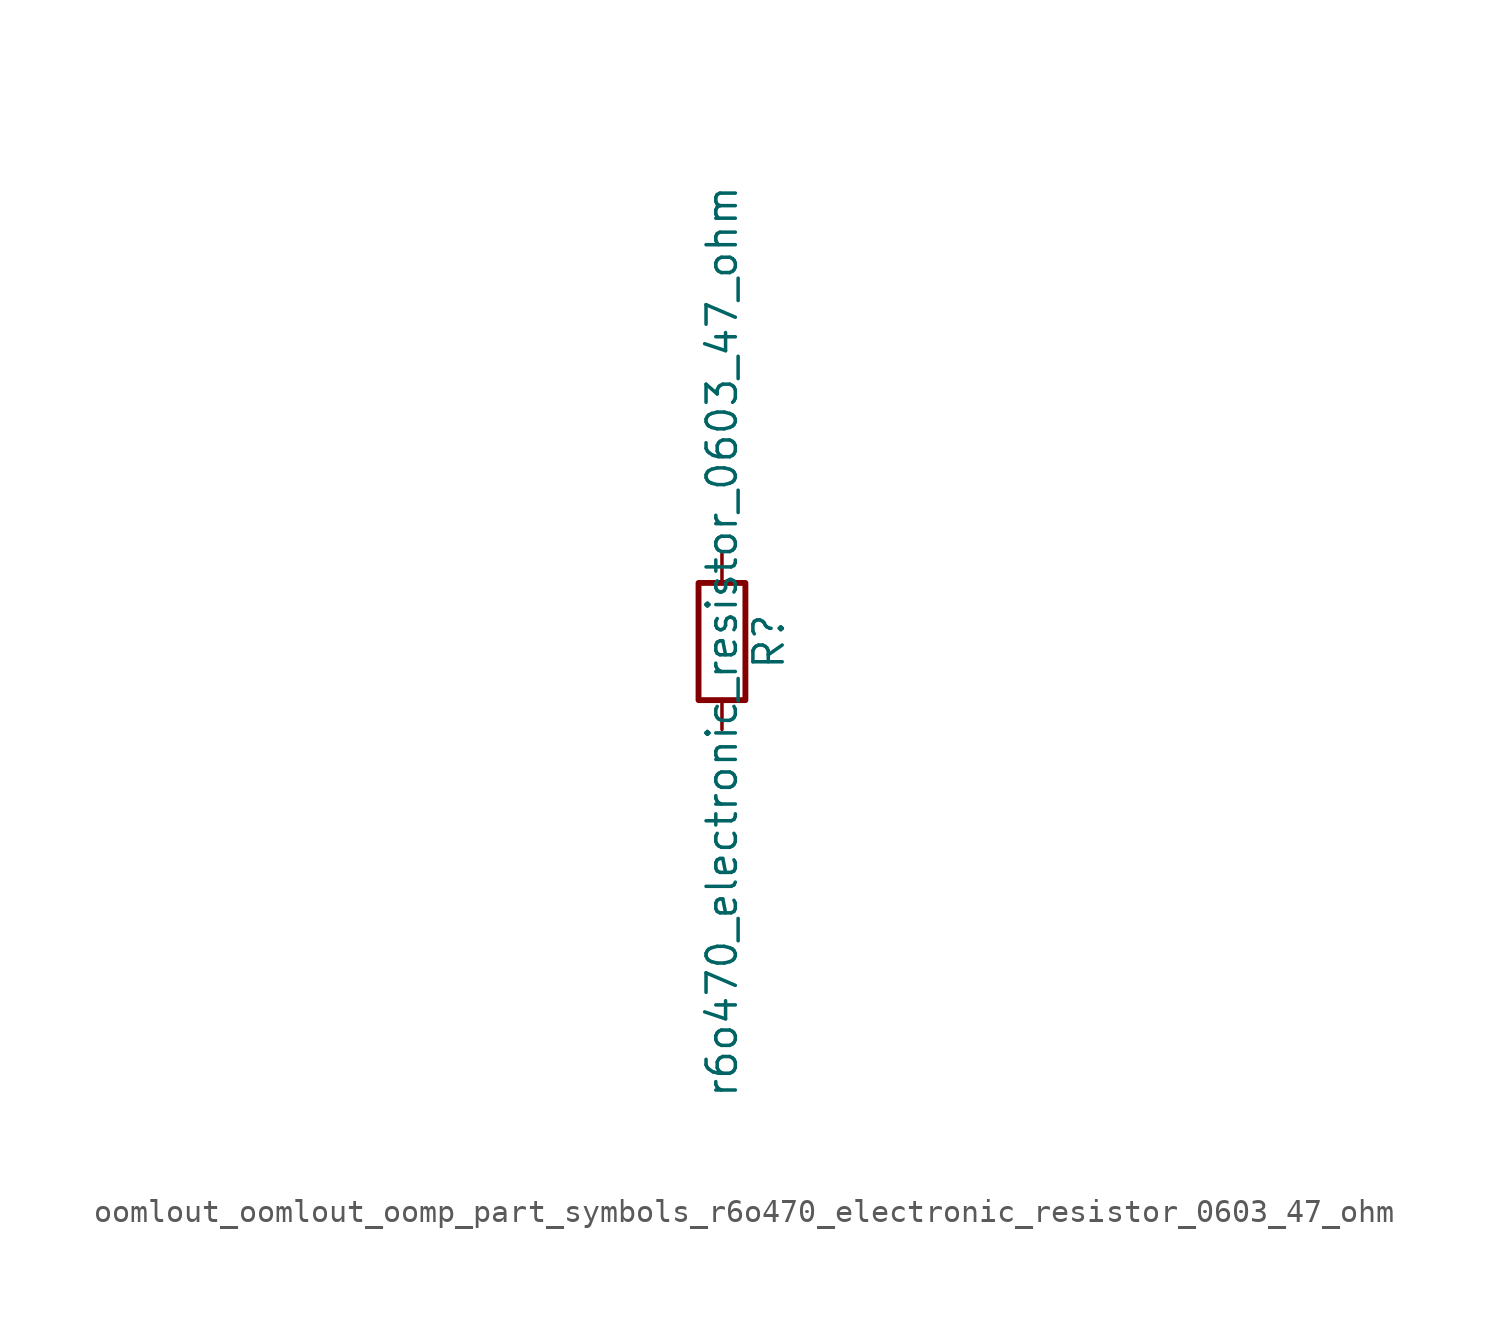
<source format=kicad_sym>
(kicad_symbol_lib
  (version 20220914)
  (generator kicad_symbol_editor)
  (symbol "oomlout_oomlout_oomp_part_symbols_r6o470_electronic_resistor_0603_47_ohm"
    (pin_numbers hide)
    (pin_names
      (offset 0))
    (property "Reference" "R"
      (at 2.032 0 90)
      (effects (font (size 1.27 1.27))))
    (property "Value" "r6o470_electronic_resistor_0603_47_ohm"
      (at 0 0 90)
      (effects (font (size 1.27 1.27))))
    (symbol "oomlout_oomlout_oomp_part_symbols_r6o470_electronic_resistor_0603_47_ohm_0_1"
      (rectangle (start -1.016 -2.54) (end 1.016 2.54) (stroke (width 0.254) (type default)) (fill (type none))))
    (symbol "oomlout_oomlout_oomp_part_symbols_r6o470_electronic_resistor_0603_47_ohm_1_1"
      (pin passive line (at 0 3.81 270) (length 1.27) (name "~" (effects (font (size 1.27 1.27)))) (number "1" (effects (font (size 1.27 1.27)))))
      (pin passive line (at 0 -3.81 90) (length 1.27) (name "~" (effects (font (size 1.27 1.27)))) (number "2" (effects (font (size 1.27 1.27))))))))
</source>
